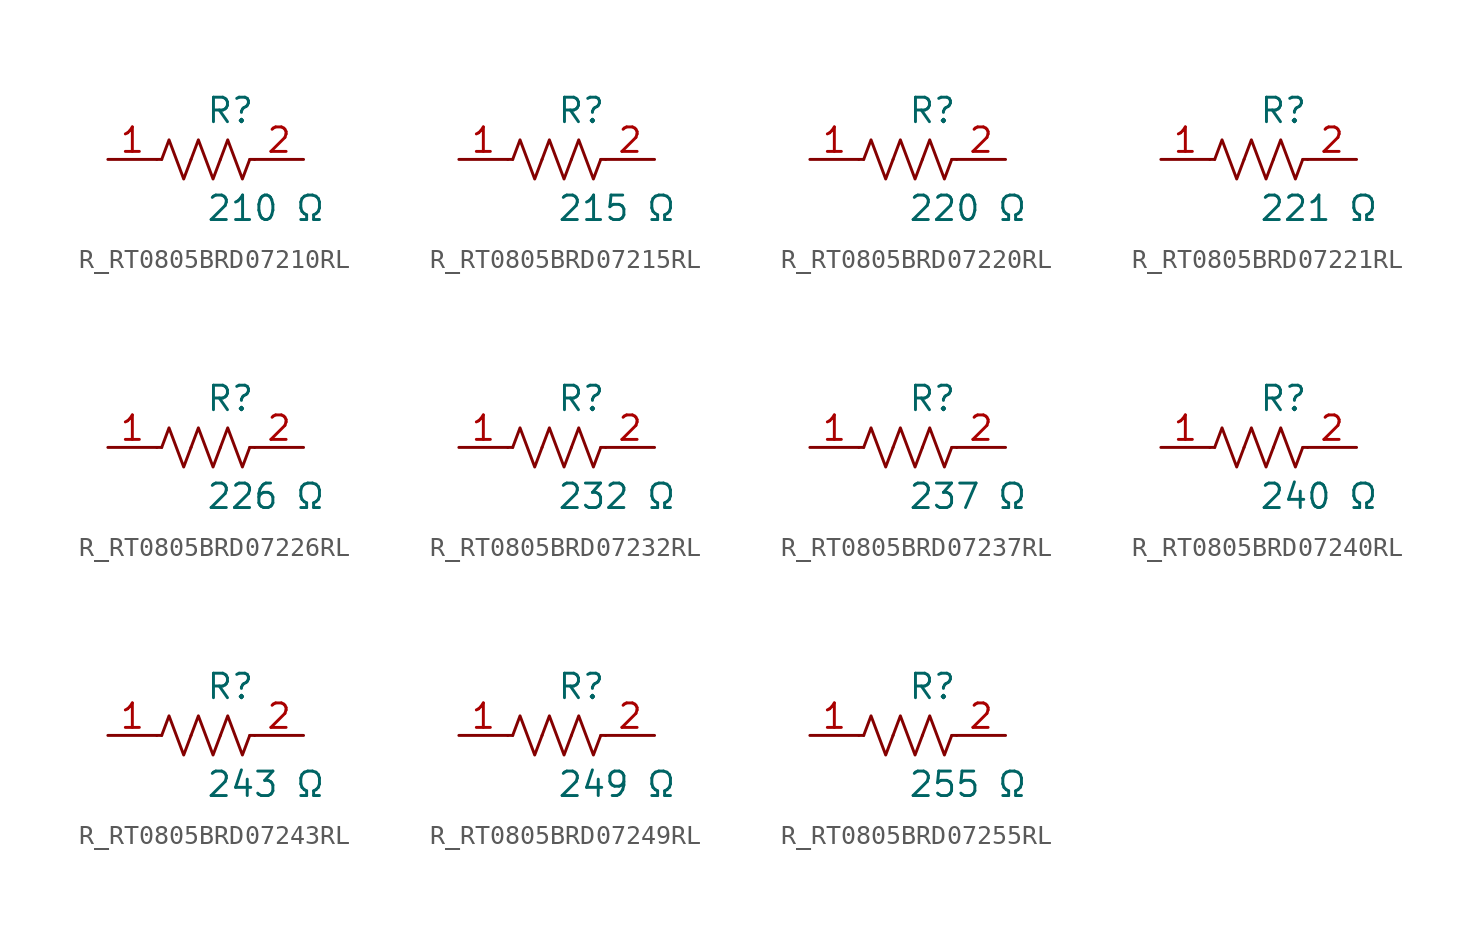
<source format=kicad_sym>
(kicad_symbol_lib
  (version 20231120)
  (generator kicad_symbol_editor)
  (generator_version 8.0)
  (symbol "R_RT0805BRD07210RL"
    (pin_names
      (offset 0.254))
    (property "Reference" "R"
      (at 0.0 2.54 0)
      (effects (font (size 1.27 1.27)) (justify left)))
    (property "Value" "210 Ω"
      (at 0.0 -2.54 0)
      (effects (font (size 1.27 1.27)) (justify left)))
    (symbol "R_RT0805BRD07210RL_0_1"
      (polyline (pts (xy 2.286 0) (xy 2.54 0)) (stroke (width 0) (type default)) (fill (type none)))
      (polyline (pts (xy -2.286 0) (xy -2.54 0)) (stroke (width 0) (type default)) (fill (type none)))
      (polyline (pts (xy 0.762 0) (xy 1.143 1.016) (xy 1.524 0) (xy 1.905 -1.016) (xy 2.286 0)) (stroke (width 0) (type default)) (fill (type none)))
      (polyline (pts (xy -0.762 0) (xy -0.381 1.016) (xy 0 0) (xy 0.381 -1.016) (xy 0.762 0)) (stroke (width 0) (type default)) (fill (type none)))
      (polyline (pts (xy -2.286 0) (xy -1.905 1.016) (xy -1.524 0) (xy -1.143 -1.016) (xy -0.762 0)) (stroke (width 0) (type default)) (fill (type none))))
    (pin unspecified line
      (at -5.08 0 0)
      (length 2.54)
      (name "" (effects (font (size 1.27 1.27))))
      (number "1" (effects (font (size 1.27 1.27)))))
    (pin unspecified line
      (at 5.08 0 180)
      (length 2.54)
      (name "" (effects (font (size 1.27 1.27))))
      (number "2" (effects (font (size 1.27 1.27))))))
  (symbol "R_RT0805BRD07215RL"
    (pin_names
      (offset 0.254))
    (property "Reference" "R"
      (at 0.0 2.54 0)
      (effects (font (size 1.27 1.27)) (justify left)))
    (property "Value" "215 Ω"
      (at 0.0 -2.54 0)
      (effects (font (size 1.27 1.27)) (justify left)))
    (symbol "R_RT0805BRD07215RL_0_1"
      (polyline (pts (xy 2.286 0) (xy 2.54 0)) (stroke (width 0) (type default)) (fill (type none)))
      (polyline (pts (xy -2.286 0) (xy -2.54 0)) (stroke (width 0) (type default)) (fill (type none)))
      (polyline (pts (xy 0.762 0) (xy 1.143 1.016) (xy 1.524 0) (xy 1.905 -1.016) (xy 2.286 0)) (stroke (width 0) (type default)) (fill (type none)))
      (polyline (pts (xy -0.762 0) (xy -0.381 1.016) (xy 0 0) (xy 0.381 -1.016) (xy 0.762 0)) (stroke (width 0) (type default)) (fill (type none)))
      (polyline (pts (xy -2.286 0) (xy -1.905 1.016) (xy -1.524 0) (xy -1.143 -1.016) (xy -0.762 0)) (stroke (width 0) (type default)) (fill (type none))))
    (pin unspecified line
      (at -5.08 0 0)
      (length 2.54)
      (name "" (effects (font (size 1.27 1.27))))
      (number "1" (effects (font (size 1.27 1.27)))))
    (pin unspecified line
      (at 5.08 0 180)
      (length 2.54)
      (name "" (effects (font (size 1.27 1.27))))
      (number "2" (effects (font (size 1.27 1.27))))))
  (symbol "R_RT0805BRD07220RL"
    (pin_names
      (offset 0.254))
    (property "Reference" "R"
      (at 0.0 2.54 0)
      (effects (font (size 1.27 1.27)) (justify left)))
    (property "Value" "220 Ω"
      (at 0.0 -2.54 0)
      (effects (font (size 1.27 1.27)) (justify left)))
    (symbol "R_RT0805BRD07220RL_0_1"
      (polyline (pts (xy 2.286 0) (xy 2.54 0)) (stroke (width 0) (type default)) (fill (type none)))
      (polyline (pts (xy -2.286 0) (xy -2.54 0)) (stroke (width 0) (type default)) (fill (type none)))
      (polyline (pts (xy 0.762 0) (xy 1.143 1.016) (xy 1.524 0) (xy 1.905 -1.016) (xy 2.286 0)) (stroke (width 0) (type default)) (fill (type none)))
      (polyline (pts (xy -0.762 0) (xy -0.381 1.016) (xy 0 0) (xy 0.381 -1.016) (xy 0.762 0)) (stroke (width 0) (type default)) (fill (type none)))
      (polyline (pts (xy -2.286 0) (xy -1.905 1.016) (xy -1.524 0) (xy -1.143 -1.016) (xy -0.762 0)) (stroke (width 0) (type default)) (fill (type none))))
    (pin unspecified line
      (at -5.08 0 0)
      (length 2.54)
      (name "" (effects (font (size 1.27 1.27))))
      (number "1" (effects (font (size 1.27 1.27)))))
    (pin unspecified line
      (at 5.08 0 180)
      (length 2.54)
      (name "" (effects (font (size 1.27 1.27))))
      (number "2" (effects (font (size 1.27 1.27))))))
  (symbol "R_RT0805BRD07221RL"
    (pin_names
      (offset 0.254))
    (property "Reference" "R"
      (at 0.0 2.54 0)
      (effects (font (size 1.27 1.27)) (justify left)))
    (property "Value" "221 Ω"
      (at 0.0 -2.54 0)
      (effects (font (size 1.27 1.27)) (justify left)))
    (symbol "R_RT0805BRD07221RL_0_1"
      (polyline (pts (xy 2.286 0) (xy 2.54 0)) (stroke (width 0) (type default)) (fill (type none)))
      (polyline (pts (xy -2.286 0) (xy -2.54 0)) (stroke (width 0) (type default)) (fill (type none)))
      (polyline (pts (xy 0.762 0) (xy 1.143 1.016) (xy 1.524 0) (xy 1.905 -1.016) (xy 2.286 0)) (stroke (width 0) (type default)) (fill (type none)))
      (polyline (pts (xy -0.762 0) (xy -0.381 1.016) (xy 0 0) (xy 0.381 -1.016) (xy 0.762 0)) (stroke (width 0) (type default)) (fill (type none)))
      (polyline (pts (xy -2.286 0) (xy -1.905 1.016) (xy -1.524 0) (xy -1.143 -1.016) (xy -0.762 0)) (stroke (width 0) (type default)) (fill (type none))))
    (pin unspecified line
      (at -5.08 0 0)
      (length 2.54)
      (name "" (effects (font (size 1.27 1.27))))
      (number "1" (effects (font (size 1.27 1.27)))))
    (pin unspecified line
      (at 5.08 0 180)
      (length 2.54)
      (name "" (effects (font (size 1.27 1.27))))
      (number "2" (effects (font (size 1.27 1.27))))))
  (symbol "R_RT0805BRD07226RL"
    (pin_names
      (offset 0.254))
    (property "Reference" "R"
      (at 0.0 2.54 0)
      (effects (font (size 1.27 1.27)) (justify left)))
    (property "Value" "226 Ω"
      (at 0.0 -2.54 0)
      (effects (font (size 1.27 1.27)) (justify left)))
    (symbol "R_RT0805BRD07226RL_0_1"
      (polyline (pts (xy 2.286 0) (xy 2.54 0)) (stroke (width 0) (type default)) (fill (type none)))
      (polyline (pts (xy -2.286 0) (xy -2.54 0)) (stroke (width 0) (type default)) (fill (type none)))
      (polyline (pts (xy 0.762 0) (xy 1.143 1.016) (xy 1.524 0) (xy 1.905 -1.016) (xy 2.286 0)) (stroke (width 0) (type default)) (fill (type none)))
      (polyline (pts (xy -0.762 0) (xy -0.381 1.016) (xy 0 0) (xy 0.381 -1.016) (xy 0.762 0)) (stroke (width 0) (type default)) (fill (type none)))
      (polyline (pts (xy -2.286 0) (xy -1.905 1.016) (xy -1.524 0) (xy -1.143 -1.016) (xy -0.762 0)) (stroke (width 0) (type default)) (fill (type none))))
    (pin unspecified line
      (at -5.08 0 0)
      (length 2.54)
      (name "" (effects (font (size 1.27 1.27))))
      (number "1" (effects (font (size 1.27 1.27)))))
    (pin unspecified line
      (at 5.08 0 180)
      (length 2.54)
      (name "" (effects (font (size 1.27 1.27))))
      (number "2" (effects (font (size 1.27 1.27))))))
  (symbol "R_RT0805BRD07232RL"
    (pin_names
      (offset 0.254))
    (property "Reference" "R"
      (at 0.0 2.54 0)
      (effects (font (size 1.27 1.27)) (justify left)))
    (property "Value" "232 Ω"
      (at 0.0 -2.54 0)
      (effects (font (size 1.27 1.27)) (justify left)))
    (symbol "R_RT0805BRD07232RL_0_1"
      (polyline (pts (xy 2.286 0) (xy 2.54 0)) (stroke (width 0) (type default)) (fill (type none)))
      (polyline (pts (xy -2.286 0) (xy -2.54 0)) (stroke (width 0) (type default)) (fill (type none)))
      (polyline (pts (xy 0.762 0) (xy 1.143 1.016) (xy 1.524 0) (xy 1.905 -1.016) (xy 2.286 0)) (stroke (width 0) (type default)) (fill (type none)))
      (polyline (pts (xy -0.762 0) (xy -0.381 1.016) (xy 0 0) (xy 0.381 -1.016) (xy 0.762 0)) (stroke (width 0) (type default)) (fill (type none)))
      (polyline (pts (xy -2.286 0) (xy -1.905 1.016) (xy -1.524 0) (xy -1.143 -1.016) (xy -0.762 0)) (stroke (width 0) (type default)) (fill (type none))))
    (pin unspecified line
      (at -5.08 0 0)
      (length 2.54)
      (name "" (effects (font (size 1.27 1.27))))
      (number "1" (effects (font (size 1.27 1.27)))))
    (pin unspecified line
      (at 5.08 0 180)
      (length 2.54)
      (name "" (effects (font (size 1.27 1.27))))
      (number "2" (effects (font (size 1.27 1.27))))))
  (symbol "R_RT0805BRD07237RL"
    (pin_names
      (offset 0.254))
    (property "Reference" "R"
      (at 0.0 2.54 0)
      (effects (font (size 1.27 1.27)) (justify left)))
    (property "Value" "237 Ω"
      (at 0.0 -2.54 0)
      (effects (font (size 1.27 1.27)) (justify left)))
    (symbol "R_RT0805BRD07237RL_0_1"
      (polyline (pts (xy 2.286 0) (xy 2.54 0)) (stroke (width 0) (type default)) (fill (type none)))
      (polyline (pts (xy -2.286 0) (xy -2.54 0)) (stroke (width 0) (type default)) (fill (type none)))
      (polyline (pts (xy 0.762 0) (xy 1.143 1.016) (xy 1.524 0) (xy 1.905 -1.016) (xy 2.286 0)) (stroke (width 0) (type default)) (fill (type none)))
      (polyline (pts (xy -0.762 0) (xy -0.381 1.016) (xy 0 0) (xy 0.381 -1.016) (xy 0.762 0)) (stroke (width 0) (type default)) (fill (type none)))
      (polyline (pts (xy -2.286 0) (xy -1.905 1.016) (xy -1.524 0) (xy -1.143 -1.016) (xy -0.762 0)) (stroke (width 0) (type default)) (fill (type none))))
    (pin unspecified line
      (at -5.08 0 0)
      (length 2.54)
      (name "" (effects (font (size 1.27 1.27))))
      (number "1" (effects (font (size 1.27 1.27)))))
    (pin unspecified line
      (at 5.08 0 180)
      (length 2.54)
      (name "" (effects (font (size 1.27 1.27))))
      (number "2" (effects (font (size 1.27 1.27))))))
  (symbol "R_RT0805BRD07240RL"
    (pin_names
      (offset 0.254))
    (property "Reference" "R"
      (at 0.0 2.54 0)
      (effects (font (size 1.27 1.27)) (justify left)))
    (property "Value" "240 Ω"
      (at 0.0 -2.54 0)
      (effects (font (size 1.27 1.27)) (justify left)))
    (symbol "R_RT0805BRD07240RL_0_1"
      (polyline (pts (xy 2.286 0) (xy 2.54 0)) (stroke (width 0) (type default)) (fill (type none)))
      (polyline (pts (xy -2.286 0) (xy -2.54 0)) (stroke (width 0) (type default)) (fill (type none)))
      (polyline (pts (xy 0.762 0) (xy 1.143 1.016) (xy 1.524 0) (xy 1.905 -1.016) (xy 2.286 0)) (stroke (width 0) (type default)) (fill (type none)))
      (polyline (pts (xy -0.762 0) (xy -0.381 1.016) (xy 0 0) (xy 0.381 -1.016) (xy 0.762 0)) (stroke (width 0) (type default)) (fill (type none)))
      (polyline (pts (xy -2.286 0) (xy -1.905 1.016) (xy -1.524 0) (xy -1.143 -1.016) (xy -0.762 0)) (stroke (width 0) (type default)) (fill (type none))))
    (pin unspecified line
      (at -5.08 0 0)
      (length 2.54)
      (name "" (effects (font (size 1.27 1.27))))
      (number "1" (effects (font (size 1.27 1.27)))))
    (pin unspecified line
      (at 5.08 0 180)
      (length 2.54)
      (name "" (effects (font (size 1.27 1.27))))
      (number "2" (effects (font (size 1.27 1.27))))))
  (symbol "R_RT0805BRD07243RL"
    (pin_names
      (offset 0.254))
    (property "Reference" "R"
      (at 0.0 2.54 0)
      (effects (font (size 1.27 1.27)) (justify left)))
    (property "Value" "243 Ω"
      (at 0.0 -2.54 0)
      (effects (font (size 1.27 1.27)) (justify left)))
    (symbol "R_RT0805BRD07243RL_0_1"
      (polyline (pts (xy 2.286 0) (xy 2.54 0)) (stroke (width 0) (type default)) (fill (type none)))
      (polyline (pts (xy -2.286 0) (xy -2.54 0)) (stroke (width 0) (type default)) (fill (type none)))
      (polyline (pts (xy 0.762 0) (xy 1.143 1.016) (xy 1.524 0) (xy 1.905 -1.016) (xy 2.286 0)) (stroke (width 0) (type default)) (fill (type none)))
      (polyline (pts (xy -0.762 0) (xy -0.381 1.016) (xy 0 0) (xy 0.381 -1.016) (xy 0.762 0)) (stroke (width 0) (type default)) (fill (type none)))
      (polyline (pts (xy -2.286 0) (xy -1.905 1.016) (xy -1.524 0) (xy -1.143 -1.016) (xy -0.762 0)) (stroke (width 0) (type default)) (fill (type none))))
    (pin unspecified line
      (at -5.08 0 0)
      (length 2.54)
      (name "" (effects (font (size 1.27 1.27))))
      (number "1" (effects (font (size 1.27 1.27)))))
    (pin unspecified line
      (at 5.08 0 180)
      (length 2.54)
      (name "" (effects (font (size 1.27 1.27))))
      (number "2" (effects (font (size 1.27 1.27))))))
  (symbol "R_RT0805BRD07249RL"
    (pin_names
      (offset 0.254))
    (property "Reference" "R"
      (at 0.0 2.54 0)
      (effects (font (size 1.27 1.27)) (justify left)))
    (property "Value" "249 Ω"
      (at 0.0 -2.54 0)
      (effects (font (size 1.27 1.27)) (justify left)))
    (symbol "R_RT0805BRD07249RL_0_1"
      (polyline (pts (xy 2.286 0) (xy 2.54 0)) (stroke (width 0) (type default)) (fill (type none)))
      (polyline (pts (xy -2.286 0) (xy -2.54 0)) (stroke (width 0) (type default)) (fill (type none)))
      (polyline (pts (xy 0.762 0) (xy 1.143 1.016) (xy 1.524 0) (xy 1.905 -1.016) (xy 2.286 0)) (stroke (width 0) (type default)) (fill (type none)))
      (polyline (pts (xy -0.762 0) (xy -0.381 1.016) (xy 0 0) (xy 0.381 -1.016) (xy 0.762 0)) (stroke (width 0) (type default)) (fill (type none)))
      (polyline (pts (xy -2.286 0) (xy -1.905 1.016) (xy -1.524 0) (xy -1.143 -1.016) (xy -0.762 0)) (stroke (width 0) (type default)) (fill (type none))))
    (pin unspecified line
      (at -5.08 0 0)
      (length 2.54)
      (name "" (effects (font (size 1.27 1.27))))
      (number "1" (effects (font (size 1.27 1.27)))))
    (pin unspecified line
      (at 5.08 0 180)
      (length 2.54)
      (name "" (effects (font (size 1.27 1.27))))
      (number "2" (effects (font (size 1.27 1.27))))))
  (symbol "R_RT0805BRD07255RL"
    (pin_names
      (offset 0.254))
    (property "Reference" "R"
      (at 0.0 2.54 0)
      (effects (font (size 1.27 1.27)) (justify left)))
    (property "Value" "255 Ω"
      (at 0.0 -2.54 0)
      (effects (font (size 1.27 1.27)) (justify left)))
    (symbol "R_RT0805BRD07255RL_0_1"
      (polyline (pts (xy 2.286 0) (xy 2.54 0)) (stroke (width 0) (type default)) (fill (type none)))
      (polyline (pts (xy -2.286 0) (xy -2.54 0)) (stroke (width 0) (type default)) (fill (type none)))
      (polyline (pts (xy 0.762 0) (xy 1.143 1.016) (xy 1.524 0) (xy 1.905 -1.016) (xy 2.286 0)) (stroke (width 0) (type default)) (fill (type none)))
      (polyline (pts (xy -0.762 0) (xy -0.381 1.016) (xy 0 0) (xy 0.381 -1.016) (xy 0.762 0)) (stroke (width 0) (type default)) (fill (type none)))
      (polyline (pts (xy -2.286 0) (xy -1.905 1.016) (xy -1.524 0) (xy -1.143 -1.016) (xy -0.762 0)) (stroke (width 0) (type default)) (fill (type none))))
    (pin unspecified line
      (at -5.08 0 0)
      (length 2.54)
      (name "" (effects (font (size 1.27 1.27))))
      (number "1" (effects (font (size 1.27 1.27)))))
    (pin unspecified line
      (at 5.08 0 180)
      (length 2.54)
      (name "" (effects (font (size 1.27 1.27))))
      (number "2" (effects (font (size 1.27 1.27)))))))
</source>
